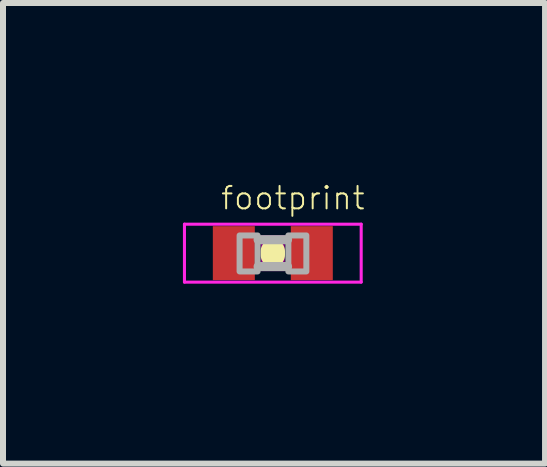
<source format=kicad_pcb>
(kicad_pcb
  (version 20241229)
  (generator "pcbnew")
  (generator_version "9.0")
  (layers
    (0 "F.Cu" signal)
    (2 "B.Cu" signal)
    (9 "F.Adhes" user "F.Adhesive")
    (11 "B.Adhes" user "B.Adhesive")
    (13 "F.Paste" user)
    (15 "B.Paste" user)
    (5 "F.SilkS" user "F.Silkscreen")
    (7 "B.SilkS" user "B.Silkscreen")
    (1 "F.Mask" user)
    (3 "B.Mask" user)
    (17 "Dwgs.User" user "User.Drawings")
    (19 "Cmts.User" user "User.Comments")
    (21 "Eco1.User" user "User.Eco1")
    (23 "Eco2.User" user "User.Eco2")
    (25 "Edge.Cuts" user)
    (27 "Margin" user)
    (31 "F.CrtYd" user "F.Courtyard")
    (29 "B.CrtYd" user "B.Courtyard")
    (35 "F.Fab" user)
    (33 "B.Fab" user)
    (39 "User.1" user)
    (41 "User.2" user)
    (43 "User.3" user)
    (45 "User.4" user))
  (footprint "footprint"
    (layer "F.Cu")
    (at 1.498 1.17)
    (property "Reference" "footprint" (at -0.889 -0.699 0) (layer "F.SilkS") (effects (font (size 0.374 0.374) (thickness 0.033)) (justify left bottom)))
    (fp_line (start 0 -0.03) (end 0 0.03) (stroke (width 0.406) (type solid)) (layer "F.SilkS"))
    (fp_poly (pts (xy -0.2 0.3) (xy 0.2 0.3) (xy 0.2 -0.3) (xy -0.2 -0.3)) (stroke (width 0) (type solid)) (fill yes) (layer "F.Adhes"))
    (fp_line (start -1.473 -0.483) (end 1.473 -0.483) (stroke (width 0.051) (type solid)) (layer "F.CrtYd"))
    (fp_line (start -1.473 0.483) (end -1.473 -0.483) (stroke (width 0.051) (type solid)) (layer "F.CrtYd"))
    (fp_line (start 1.473 -0.483) (end 1.473 0.483) (stroke (width 0.051) (type solid)) (layer "F.CrtYd"))
    (fp_line (start 1.473 0.483) (end -1.473 0.483) (stroke (width 0.051) (type solid)) (layer "F.CrtYd"))
    (fp_line (start -0.245 -0.224) (end 0.245 -0.224) (stroke (width 0.152) (type solid)) (layer "F.Fab"))
    (fp_line (start 0.245 0.224) (end -0.245 0.224) (stroke (width 0.152) (type solid)) (layer "F.Fab"))
    (fp_poly (pts (xy -0.554 0.305) (xy -0.254 0.305) (xy -0.254 -0.295) (xy -0.554 -0.295)) (stroke (width 0.1) (type solid)) (fill no) (layer "F.Fab"))
    (fp_poly (pts (xy 0.259 0.305) (xy 0.559 0.305) (xy 0.559 -0.295) (xy 0.259 -0.295)) (stroke (width 0.1) (type solid)) (fill no) (layer "F.Fab"))
    (pad "1" smd rect (at -0.65 0) (size 0.7 0.9) (layers "F.Cu" "F.Mask" "F.Paste"))
    (pad "2" smd rect (at 0.65 0) (size 0.7 0.9) (layers "F.Cu" "F.Mask" "F.Paste")))
  (gr_rect
    (start -3 -3)
    (end 6.036 4.678)
    (stroke (width 0.1) (type default))
    (fill no)
    (layer "Edge.Cuts")))
</source>
